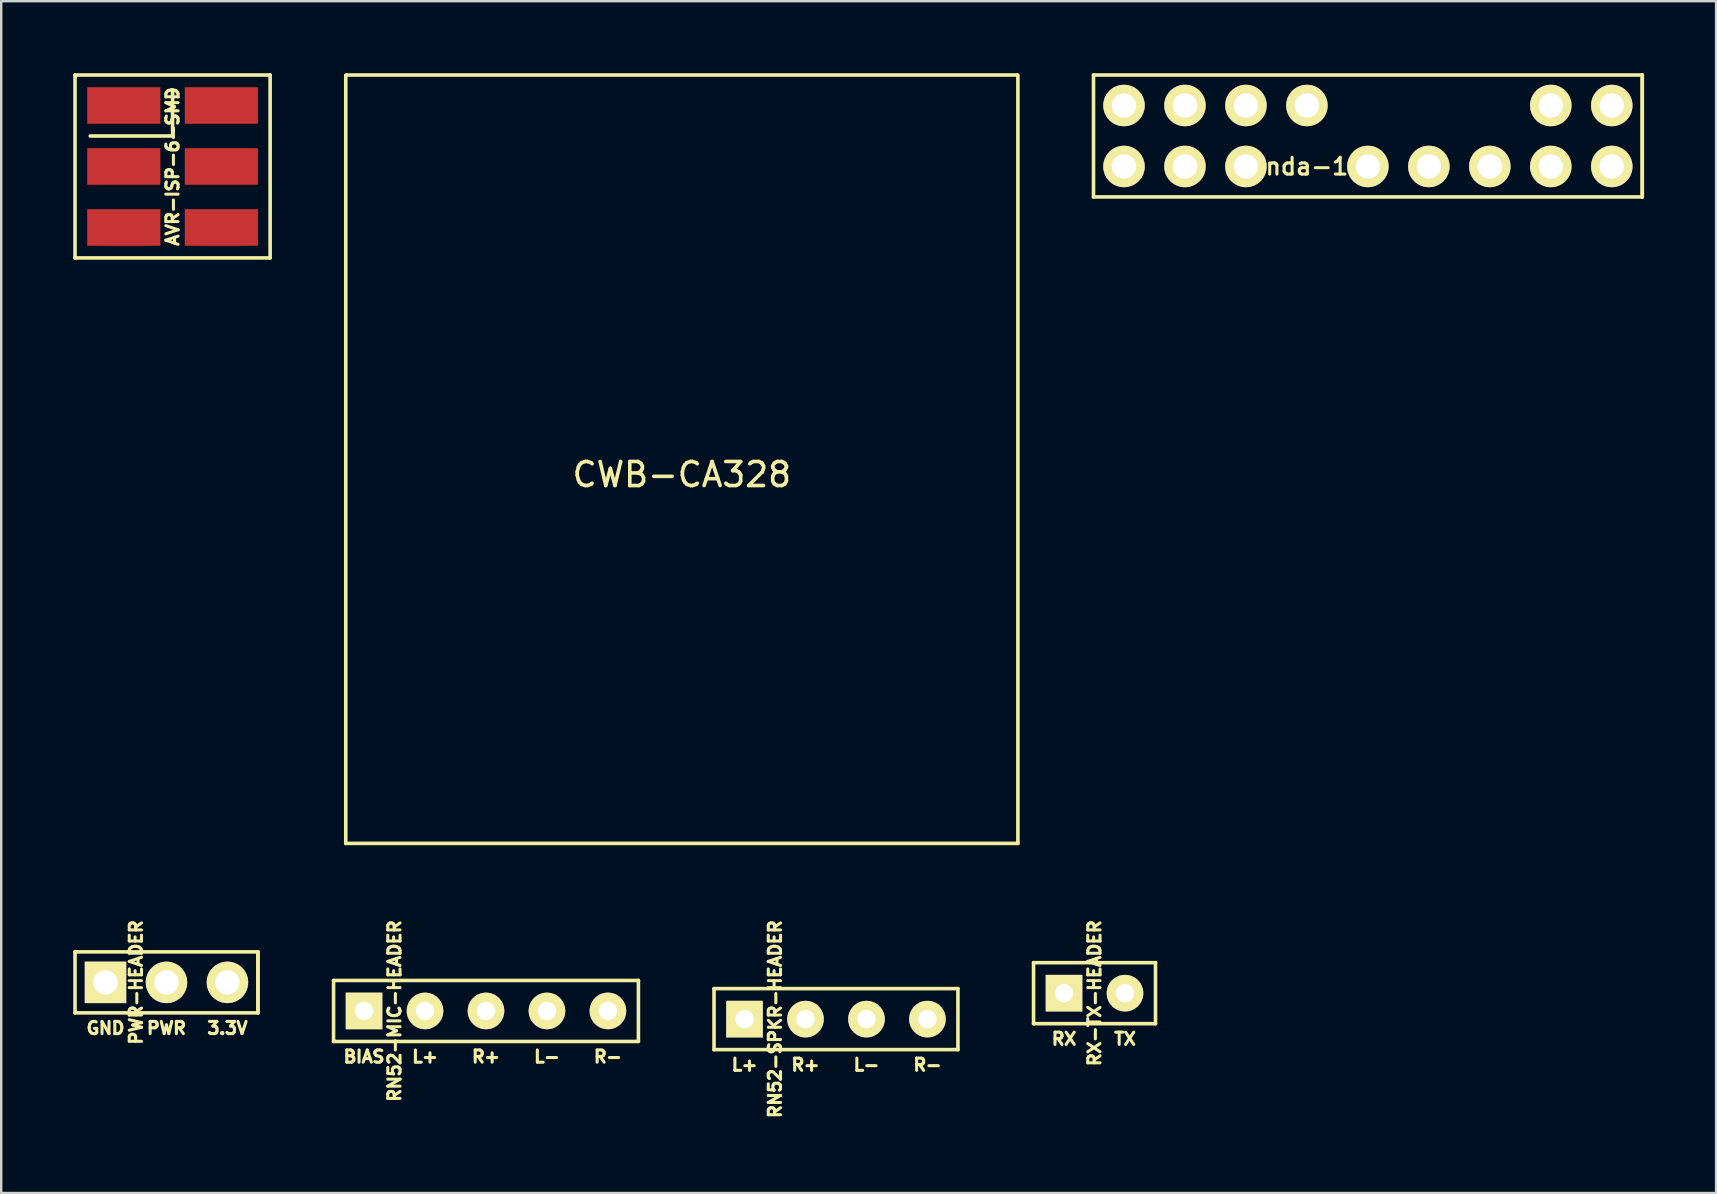
<source format=kicad_pcb>
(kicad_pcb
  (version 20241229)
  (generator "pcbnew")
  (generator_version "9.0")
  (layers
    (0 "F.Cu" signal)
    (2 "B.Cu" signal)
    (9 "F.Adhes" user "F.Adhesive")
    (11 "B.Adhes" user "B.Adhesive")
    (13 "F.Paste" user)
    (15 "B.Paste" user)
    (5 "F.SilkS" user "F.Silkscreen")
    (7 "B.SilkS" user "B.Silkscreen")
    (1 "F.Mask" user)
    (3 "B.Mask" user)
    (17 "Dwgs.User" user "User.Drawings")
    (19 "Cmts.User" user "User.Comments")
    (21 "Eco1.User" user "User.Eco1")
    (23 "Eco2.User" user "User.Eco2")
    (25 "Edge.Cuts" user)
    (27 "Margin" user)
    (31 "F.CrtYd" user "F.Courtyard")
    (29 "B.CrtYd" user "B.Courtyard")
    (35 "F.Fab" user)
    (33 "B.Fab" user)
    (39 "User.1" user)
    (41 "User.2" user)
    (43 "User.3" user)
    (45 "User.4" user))
  (footprint "RN52-SPKR-HEADER"
    (layer "F.Cu")
    (at 31.775 39.404)
    (property "Reference" "RN52-SPKR-HEADER" (at -2.54 0 90) (layer "F.SilkS") (effects (font (size 0.51 0.51) (thickness 0.127))))
    (attr through_hole)
    (fp_line (start -5.08 -1.27) (end -5.08 1.27) (stroke (width 0.15) (type solid)) (layer "F.SilkS"))
    (fp_line (start -5.08 1.27) (end 5.08 1.27) (stroke (width 0.15) (type solid)) (layer "F.SilkS"))
    (fp_line (start 5.08 -1.27) (end -5.08 -1.27) (stroke (width 0.15) (type solid)) (layer "F.SilkS"))
    (fp_line (start 5.08 1.27) (end 5.08 -1.27) (stroke (width 0.15) (type solid)) (layer "F.SilkS"))
    (fp_text user "R+" (at -1.27 1.905 0) (layer "F.SilkS") (effects (font (size 0.51 0.51) (thickness 0.127))))
    (fp_text user "R-" (at 3.81 1.905 0) (layer "F.SilkS") (effects (font (size 0.51 0.51) (thickness 0.127))))
    (fp_text user "L+" (at -3.81 1.905 0) (layer "F.SilkS") (effects (font (size 0.51 0.51) (thickness 0.127))))
    (fp_text user "L-" (at 1.27 1.905 0) (layer "F.SilkS") (effects (font (size 0.51 0.51) (thickness 0.127))))
    (pad "1" thru_hole rect (at -3.81 0) (size 1.524 1.524) (drill 0.762) (layers "*.Cu" "*.Mask" "F.SilkS"))
    (pad "2" thru_hole circle (at -1.27 0) (size 1.524 1.524) (drill 0.762) (layers "*.Cu" "*.Mask" "F.SilkS"))
    (pad "3" thru_hole circle (at 1.27 0) (size 1.524 1.524) (drill 0.762) (layers "*.Cu" "*.Mask" "F.SilkS"))
    (pad "4" thru_hole circle (at 3.81 0) (size 1.524 1.524) (drill 0.762) (layers "*.Cu" "*.Mask" "F.SilkS")))
  (footprint "PWR-HEADER"
    (layer "F.Cu")
    (at 3.885 37.874)
    (property "Reference" "PWR-HEADER" (at -1.27 0 90) (layer "F.SilkS") (effects (font (size 0.51 0.51) (thickness 0.127))))
    (attr through_hole)
    (fp_line (start -3.81 -1.27) (end -3.81 1.27) (stroke (width 0.15) (type solid)) (layer "F.SilkS"))
    (fp_line (start -3.81 -1.27) (end 3.81 -1.27) (stroke (width 0.15) (type solid)) (layer "F.SilkS"))
    (fp_line (start 3.81 -1.27) (end 3.81 1.27) (stroke (width 0.15) (type solid)) (layer "F.SilkS"))
    (fp_line (start 3.81 -1.27) (end 3.81 1.27) (stroke (width 0.15) (type solid)) (layer "F.SilkS"))
    (fp_line (start 3.81 1.27) (end -3.81 1.27) (stroke (width 0.15) (type solid)) (layer "F.SilkS"))
    (fp_text user "3.3V" (at 2.54 1.905 0) (layer "F.SilkS") (effects (font (size 0.51 0.51) (thickness 0.127))))
    (fp_text user "PWR" (at 0 1.905 0) (layer "F.SilkS") (effects (font (size 0.51 0.51) (thickness 0.127))))
    (fp_text user "GND" (at -2.54 1.905 0) (layer "F.SilkS") (effects (font (size 0.51 0.51) (thickness 0.127))))
    (pad "1" thru_hole rect (at -2.54 0) (size 1.727 1.727) (drill 1.016) (layers "*.Cu" "*.Mask" "F.SilkS"))
    (pad "2" thru_hole circle (at 0 0) (size 1.727 1.727) (drill 1.016) (layers "*.Cu" "*.Mask" "F.SilkS"))
    (pad "3" thru_hole circle (at 2.54 0) (size 1.727 1.727) (drill 1.016) (layers "*.Cu" "*.Mask" "F.SilkS")))
  (footprint "RX-TX-HEADER"
    (layer "F.Cu")
    (at 42.545 38.323)
    (property "Reference" "RX-TX-HEADER" (at 0 0 90) (layer "F.SilkS") (effects (font (size 0.51 0.51) (thickness 0.127))))
    (attr through_hole)
    (fp_line (start -2.54 -1.27) (end -2.54 1.27) (stroke (width 0.15) (type solid)) (layer "F.SilkS"))
    (fp_line (start -2.54 -1.27) (end 2.54 -1.27) (stroke (width 0.15) (type solid)) (layer "F.SilkS"))
    (fp_line (start 2.54 -1.27) (end 2.54 1.27) (stroke (width 0.15) (type solid)) (layer "F.SilkS"))
    (fp_line (start 2.54 1.27) (end -2.54 1.27) (stroke (width 0.15) (type solid)) (layer "F.SilkS"))
    (fp_text user "RX" (at -1.27 1.905 0) (layer "F.SilkS") (effects (font (size 0.51 0.51) (thickness 0.127))))
    (fp_text user "TX" (at 1.27 1.905 0) (layer "F.SilkS") (effects (font (size 0.51 0.51) (thickness 0.127))))
    (pad "1" thru_hole rect (at -1.27 0) (size 1.524 1.524) (drill 0.762) (layers "*.Cu" "*.Mask" "F.SilkS"))
    (pad "2" thru_hole circle (at 1.27 0) (size 1.524 1.524) (drill 0.762) (layers "*.Cu" "*.Mask" "F.SilkS")))
  (footprint "AVR-ISP-6-SMD"
    (layer "F.Cu")
    (at 4.139 3.885)
    (property "Reference" "AVR-ISP-6-SMD" (at 0 0 90) (layer "F.SilkS") (effects (font (size 0.51 0.51) (thickness 0.127))))
    (attr through_hole)
    (fp_line (start -4.064 -3.81) (end 4.064 -3.81) (stroke (width 0.15) (type solid)) (layer "F.SilkS"))
    (fp_line (start -4.064 3.81) (end -4.064 -3.81) (stroke (width 0.15) (type solid)) (layer "F.SilkS"))
    (fp_line (start 0 -3.175) (end 0 -1.27) (stroke (width 0.15) (type solid)) (layer "F.SilkS"))
    (fp_line (start 0 -1.27) (end -3.429 -1.27) (stroke (width 0.15) (type solid)) (layer "F.SilkS"))
    (fp_line (start 4.064 -3.81) (end 4.064 3.81) (stroke (width 0.15) (type solid)) (layer "F.SilkS"))
    (fp_line (start 4.064 3.81) (end -4.064 3.81) (stroke (width 0.15) (type solid)) (layer "F.SilkS"))
    (pad "1" smd rect (at -2.032 -2.54) (size 3.048 1.524) (layers "F.Cu" "F.Mask" "F.Paste"))
    (pad "2" smd rect (at 2.032 -2.54) (size 3.048 1.524) (layers "F.Cu" "F.Mask" "F.Paste"))
    (pad "3" smd rect (at -2.032 0) (size 3.048 1.524) (layers "F.Cu" "F.Mask" "F.Paste"))
    (pad "4" smd rect (at 2.032 0) (size 3.048 1.524) (layers "F.Cu" "F.Mask" "F.Paste"))
    (pad "5" smd rect (at -2.032 2.54) (size 3.048 1.524) (layers "F.Cu" "F.Mask" "F.Paste"))
    (pad "6" smd rect (at 2.032 2.54) (size 3.048 1.524) (layers "F.Cu" "F.Mask" "F.Paste")))
  (footprint "CWB-CA328"
    (layer "F.Cu")
    (at 25.353 16.085)
    (property "Reference" "CWB-CA328" (at 0 0.635 0) (layer "F.SilkS") (effects (font (size 1 1) (thickness 0.15))))
    (attr through_hole)
    (fp_line (start -14 16) (end -14 -16) (stroke (width 0.15) (type solid)) (layer "F.SilkS"))
    (fp_line (start -13.97 -16.01) (end 13.97 -16.01) (stroke (width 0.15) (type solid)) (layer "F.SilkS"))
    (fp_line (start 14 -16) (end 14 16) (stroke (width 0.15) (type solid)) (layer "F.SilkS"))
    (fp_line (start 14 16) (end -14 16) (stroke (width 0.15) (type solid)) (layer "F.SilkS")))
  (footprint "RN52-MIC-HEADER"
    (layer "F.Cu")
    (at 17.195 39.064)
    (property "Reference" "RN52-MIC-HEADER" (at -3.81 0 90) (layer "F.SilkS") (effects (font (size 0.51 0.51) (thickness 0.127))))
    (attr through_hole)
    (fp_line (start -6.35 -1.27) (end 6.35 -1.27) (stroke (width 0.15) (type solid)) (layer "F.SilkS"))
    (fp_line (start -6.35 1.27) (end -6.35 -1.27) (stroke (width 0.15) (type solid)) (layer "F.SilkS"))
    (fp_line (start 6.35 -1.27) (end 6.35 1.27) (stroke (width 0.15) (type solid)) (layer "F.SilkS"))
    (fp_line (start 6.35 1.27) (end -6.35 1.27) (stroke (width 0.15) (type solid)) (layer "F.SilkS"))
    (fp_text user "L-" (at 2.54 1.905 0) (layer "F.SilkS") (effects (font (size 0.51 0.51) (thickness 0.127))))
    (fp_text user "L+" (at -2.54 1.905 0) (layer "F.SilkS") (effects (font (size 0.51 0.51) (thickness 0.127))))
    (fp_text user "R+" (at 0 1.905 0) (layer "F.SilkS") (effects (font (size 0.51 0.51) (thickness 0.127))))
    (fp_text user "BIAS" (at -5.08 1.905 0) (layer "F.SilkS") (effects (font (size 0.51 0.51) (thickness 0.127))))
    (fp_text user "R-" (at 5.08 1.905 0) (layer "F.SilkS") (effects (font (size 0.51 0.51) (thickness 0.127))))
    (pad "1" thru_hole rect (at -5.08 0) (size 1.524 1.524) (drill 0.762) (layers "*.Cu" "*.Mask" "F.SilkS"))
    (pad "2" thru_hole circle (at -2.54 0) (size 1.524 1.524) (drill 0.762) (layers "*.Cu" "*.Mask" "F.SilkS"))
    (pad "3" thru_hole circle (at 0 0) (size 1.524 1.524) (drill 0.762) (layers "*.Cu" "*.Mask" "F.SilkS"))
    (pad "4" thru_hole circle (at 2.54 0) (size 1.524 1.524) (drill 0.762) (layers "*.Cu" "*.Mask" "F.SilkS"))
    (pad "5" thru_hole circle (at 5.08 0) (size 1.524 1.524) (drill 0.762) (layers "*.Cu" "*.Mask" "F.SilkS")))
  (footprint "Honda-14P"
    (layer "F.Cu")
    (at 53.933 2.615)
    (property "Reference" "Honda-14P" (at -2.54 1.27 0) (layer "F.SilkS") (effects (font (size 0.7 0.7) (thickness 0.127))))
    (attr through_hole)
    (fp_line (start -11.43 -2.54) (end -11.43 2.54) (stroke (width 0.15) (type solid)) (layer "F.SilkS"))
    (fp_line (start -11.43 -2.54) (end 11.43 -2.54) (stroke (width 0.15) (type solid)) (layer "F.SilkS"))
    (fp_line (start 11.43 -2.54) (end 11.43 2.54) (stroke (width 0.15) (type solid)) (layer "F.SilkS"))
    (fp_line (start 11.43 2.54) (end -11.43 2.54) (stroke (width 0.15) (type solid)) (layer "F.SilkS"))
    (fp_line (start 11.43 2.54) (end 11.43 -2.54) (stroke (width 0.15) (type solid)) (layer "F.SilkS"))
    (pad "1" thru_hole circle (at 10.16 -1.27) (size 1.727 1.727) (drill 1.016) (layers "*.Cu" "*.Mask" "F.SilkS"))
    (pad "2" thru_hole circle (at 7.62 -1.27) (size 1.727 1.727) (drill 1.016) (layers "*.Cu" "*.Mask" "F.SilkS"))
    (pad "3" thru_hole circle (at -2.54 -1.27) (size 1.727 1.727) (drill 1.016) (layers "*.Cu" "*.Mask" "F.SilkS"))
    (pad "4" thru_hole circle (at -5.08 -1.27) (size 1.727 1.727) (drill 1.016) (layers "*.Cu" "*.Mask" "F.SilkS"))
    (pad "5" thru_hole circle (at -7.62 -1.27) (size 1.727 1.727) (drill 1.016) (layers "*.Cu" "*.Mask" "F.SilkS"))
    (pad "6" thru_hole circle (at -10.16 -1.27) (size 1.727 1.727) (drill 1.016) (layers "*.Cu" "*.Mask" "F.SilkS"))
    (pad "7" thru_hole circle (at 10.16 1.27) (size 1.727 1.727) (drill 1.016) (layers "*.Cu" "*.Mask" "F.SilkS"))
    (pad "8" thru_hole circle (at 7.62 1.27) (size 1.727 1.727) (drill 1.016) (layers "*.Cu" "*.Mask" "F.SilkS"))
    (pad "9" thru_hole circle (at 5.08 1.27) (size 1.727 1.727) (drill 1.016) (layers "*.Cu" "*.Mask" "F.SilkS"))
    (pad "10" thru_hole circle (at 2.54 1.27) (size 1.727 1.727) (drill 1.016) (layers "*.Cu" "*.Mask" "F.SilkS"))
    (pad "11" thru_hole circle (at 0 1.27) (size 1.727 1.727) (drill 1.016) (layers "*.Cu" "*.Mask" "F.SilkS"))
    (pad "12" thru_hole circle (at -5.08 1.27) (size 1.727 1.727) (drill 1.016) (layers "*.Cu" "*.Mask" "F.SilkS"))
    (pad "13" thru_hole circle (at -7.62 1.27) (size 1.727 1.727) (drill 1.016) (layers "*.Cu" "*.Mask" "F.SilkS"))
    (pad "14" thru_hole circle (at -10.16 1.27) (size 1.727 1.727) (drill 1.016) (layers "*.Cu" "*.Mask" "F.SilkS")))
  (gr_rect
    (start -3 -3)
    (end 68.438 46.648)
    (stroke (width 0.1) (type default))
    (fill no)
    (layer "Edge.Cuts")))
</source>
